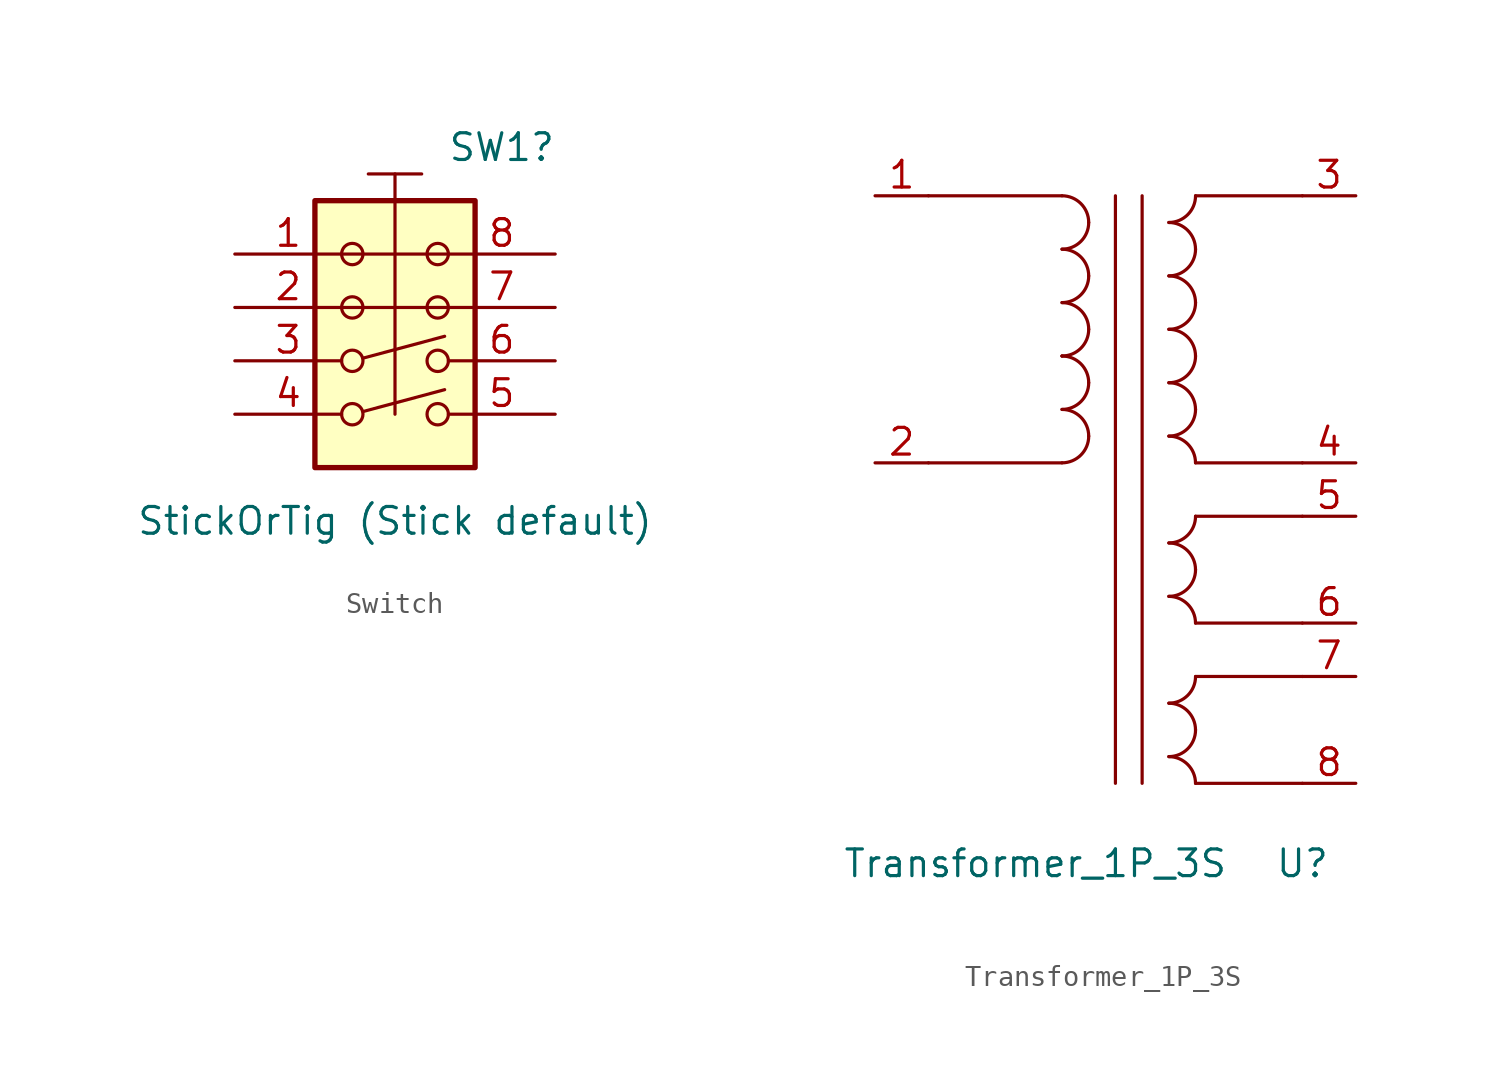
<source format=kicad_sym>
(kicad_symbol_lib
  (version 20211014)
  (generator kicad_symbol_editor)
  (symbol "Switch"
    (property "Reference" "SW1"
      (at 5.08 17.78 0)
      (effects (font (size 1.27 1.27))))
    (property "Value" "StickOrTig (Stick default)"
      (at 0 0 0)
      (effects (font (size 1.27 1.27))))
    (symbol "Switch_0_0"
      (circle (center -2.032 5.08) (radius 0.508) (stroke (width 0) (type default) (color 0 0 0 0)) (fill (type none)))
      (circle (center -2.032 7.62) (radius 0.508) (stroke (width 0) (type default) (color 0 0 0 0)) (fill (type none)))
      (circle (center -2.032 10.16) (radius 0.508) (stroke (width 0) (type default) (color 0 0 0 0)) (fill (type none)))
      (circle (center -2.032 12.7) (radius 0.508) (stroke (width 0) (type default) (color 0 0 0 0)) (fill (type none)))
      (polyline (pts (xy -2.54 10.16) (xy 2.54 10.16)) (stroke (width 0) (type default) (color 0 0 0 0)) (fill (type none)))
      (polyline (pts (xy -2.54 12.7) (xy 2.54 12.7)) (stroke (width 0) (type default) (color 0 0 0 0)) (fill (type none)))
      (polyline (pts (xy -1.524 5.207) (xy 2.362 6.248)) (stroke (width 0) (type default) (color 0 0 0 0)) (fill (type none)))
      (polyline (pts (xy -1.524 7.747) (xy 2.362 8.788)) (stroke (width 0) (type default) (color 0 0 0 0)) (fill (type none)))
      (circle (center 2.032 5.08) (radius 0.508) (stroke (width 0) (type default) (color 0 0 0 0)) (fill (type none)))
      (circle (center 2.032 7.62) (radius 0.508) (stroke (width 0) (type default) (color 0 0 0 0)) (fill (type none)))
      (circle (center 2.032 10.16) (radius 0.508) (stroke (width 0) (type default) (color 0 0 0 0)) (fill (type none)))
      (circle (center 2.032 12.7) (radius 0.508) (stroke (width 0) (type default) (color 0 0 0 0)) (fill (type none))))
    (symbol "Switch_0_1"
      (rectangle (start -3.81 15.24) (end 3.81 2.54) (stroke (width 0.254) (type default) (color 0 0 0 0)) (fill (type background)))
      (polyline (pts (xy 0 5.08) (xy 0 16.51)) (stroke (width 0) (type default) (color 0 0 0 0)) (fill (type none)))
      (polyline (pts (xy 1.27 16.51) (xy -1.27 16.51)) (stroke (width 0) (type default) (color 0 0 0 0)) (fill (type none))))
    (symbol "Switch_1_1"
      (pin passive line (at -7.62 12.7 0) (length 5.08) (name "~" (effects (font (size 1.27 1.27)))) (number "1" (effects (font (size 1.27 1.27)))))
      (pin passive line (at -7.62 10.16 0) (length 5.08) (name "~" (effects (font (size 1.27 1.27)))) (number "2" (effects (font (size 1.27 1.27)))))
      (pin passive line (at -7.62 7.62 0) (length 5.08) (name "~" (effects (font (size 1.27 1.27)))) (number "3" (effects (font (size 1.27 1.27)))))
      (pin passive line (at -7.62 5.08 0) (length 5.08) (name "~" (effects (font (size 1.27 1.27)))) (number "4" (effects (font (size 1.27 1.27)))))
      (pin passive line (at 7.62 5.08 180) (length 5.08) (name "~" (effects (font (size 1.27 1.27)))) (number "5" (effects (font (size 1.27 1.27)))))
      (pin passive line (at 7.62 7.62 180) (length 5.08) (name "~" (effects (font (size 1.27 1.27)))) (number "6" (effects (font (size 1.27 1.27)))))
      (pin passive line (at 7.62 10.16 180) (length 5.08) (name "~" (effects (font (size 1.27 1.27)))) (number "7" (effects (font (size 1.27 1.27)))))
      (pin passive line (at 7.62 12.7 180) (length 5.08) (name "~" (effects (font (size 1.27 1.27)))) (number "8" (effects (font (size 1.27 1.27)))))))
  (symbol "Transformer_1P_3S"
    (property "Reference" "U"
      (at 8.89 -24.13 0)
      (effects (font (size 1.27 1.27))))
    (property "Value" "Transformer_1P_3S"
      (at -3.81 -24.13 0)
      (effects (font (size 1.27 1.27))))
    (symbol "Transformer_1P_3S_0_1"
      (arc (start -2.54 -5.08) (mid -1.642 -4.708) (end -1.27 -3.81) (stroke (width 0) (type default) (color 0 0 0 0)) (fill (type none)))
      (arc (start -2.54 -2.54) (mid -1.642 -2.168) (end -1.27 -1.27) (stroke (width 0) (type default) (color 0 0 0 0)) (fill (type none)))
      (arc (start -2.54 0) (mid -2.54 0) (end -2.54 0) (stroke (width 0) (type default) (color 0 0 0 0)) (fill (type none)))
      (arc (start -2.54 0) (mid -1.642 0.372) (end -1.27 1.27) (stroke (width 0) (type default) (color 0 0 0 0)) (fill (type none)))
      (arc (start -2.54 2.54) (mid -1.642 2.912) (end -1.27 3.81) (stroke (width 0) (type default) (color 0 0 0 0)) (fill (type none)))
      (arc (start -2.54 5.08) (mid -1.642 5.452) (end -1.27 6.35) (stroke (width 0) (type default) (color 0 0 0 0)) (fill (type none)))
      (arc (start -1.27 -3.81) (mid -1.642 -2.912) (end -2.54 -2.54) (stroke (width 0) (type default) (color 0 0 0 0)) (fill (type none)))
      (arc (start -1.27 -1.27) (mid -1.642 -0.372) (end -2.54 0) (stroke (width 0) (type default) (color 0 0 0 0)) (fill (type none)))
      (arc (start -1.27 1.27) (mid -1.642 2.168) (end -2.54 2.54) (stroke (width 0) (type default) (color 0 0 0 0)) (fill (type none)))
      (arc (start -1.27 3.81) (mid -1.642 4.708) (end -2.54 5.08) (stroke (width 0) (type default) (color 0 0 0 0)) (fill (type none)))
      (arc (start -1.27 6.35) (mid -1.642 7.248) (end -2.54 7.62) (stroke (width 0) (type default) (color 0 0 0 0)) (fill (type none)))
      (polyline (pts (xy -8.89 -5.08) (xy -2.54 -5.08)) (stroke (width 0) (type default) (color 0 0 0 0)) (fill (type none)))
      (polyline (pts (xy -8.89 7.62) (xy -2.54 7.62)) (stroke (width 0) (type default) (color 0 0 0 0)) (fill (type none)))
      (polyline (pts (xy 0 7.62) (xy 0 -20.32)) (stroke (width 0) (type default) (color 0 0 0 0)) (fill (type none)))
      (polyline (pts (xy 1.27 7.62) (xy 1.27 -20.32)) (stroke (width 0) (type default) (color 0 0 0 0)) (fill (type none)))
      (polyline (pts (xy 3.81 -15.24) (xy 8.89 -15.24)) (stroke (width 0) (type default) (color 0 0 0 0)) (fill (type none)))
      (polyline (pts (xy 3.81 -7.62) (xy 8.89 -7.62)) (stroke (width 0) (type default) (color 0 0 0 0)) (fill (type none)))
      (polyline (pts (xy 3.81 7.62) (xy 8.89 7.62)) (stroke (width 0) (type default) (color 0 0 0 0)) (fill (type none)))
      (polyline (pts (xy 8.89 -20.32) (xy 3.81 -20.32)) (stroke (width 0) (type default) (color 0 0 0 0)) (fill (type none)))
      (polyline (pts (xy 8.89 -12.7) (xy 3.81 -12.7)) (stroke (width 0) (type default) (color 0 0 0 0)) (fill (type none)))
      (polyline (pts (xy 8.89 -5.08) (xy 3.81 -5.08)) (stroke (width 0) (type default) (color 0 0 0 0)) (fill (type none)))
      (arc (start 2.54 -19.05) (mid 4.708 -19.948) (end 3.81 -17.78) (stroke (width 0) (type default) (color 0 0 0 0)) (fill (type none)))
      (arc (start 2.54 -16.51) (mid 4.708 -17.408) (end 3.81 -15.24) (stroke (width 0) (type default) (color 0 0 0 0)) (fill (type none)))
      (arc (start 2.54 -11.43) (mid 4.708 -12.328) (end 3.81 -10.16) (stroke (width 0) (type default) (color 0 0 0 0)) (fill (type none)))
      (arc (start 2.54 -8.89) (mid 4.708 -9.788) (end 3.81 -7.62) (stroke (width 0) (type default) (color 0 0 0 0)) (fill (type none)))
      (arc (start 2.54 -3.81) (mid 4.708 -4.708) (end 3.81 -2.54) (stroke (width 0) (type default) (color 0 0 0 0)) (fill (type none)))
      (arc (start 2.54 -1.27) (mid 4.708 -2.168) (end 3.81 0) (stroke (width 0) (type default) (color 0 0 0 0)) (fill (type none)))
      (arc (start 2.54 1.27) (mid 4.708 0.372) (end 3.81 2.54) (stroke (width 0) (type default) (color 0 0 0 0)) (fill (type none)))
      (arc (start 2.54 3.81) (mid 4.708 2.912) (end 3.81 5.08) (stroke (width 0) (type default) (color 0 0 0 0)) (fill (type none)))
      (arc (start 2.54 6.35) (mid 4.708 5.452) (end 3.81 7.62) (stroke (width 0) (type default) (color 0 0 0 0)) (fill (type none)))
      (arc (start 3.81 -20.32) (mid 4.708 -18.152) (end 2.54 -19.05) (stroke (width 0) (type default) (color 0 0 0 0)) (fill (type none)))
      (arc (start 3.81 -17.78) (mid 4.708 -15.612) (end 2.54 -16.51) (stroke (width 0) (type default) (color 0 0 0 0)) (fill (type none)))
      (arc (start 3.81 -12.7) (mid 4.708 -10.532) (end 2.54 -11.43) (stroke (width 0) (type default) (color 0 0 0 0)) (fill (type none)))
      (arc (start 3.81 -10.16) (mid 4.708 -7.992) (end 2.54 -8.89) (stroke (width 0) (type default) (color 0 0 0 0)) (fill (type none)))
      (arc (start 3.81 -5.08) (mid 4.708 -2.912) (end 2.54 -3.81) (stroke (width 0) (type default) (color 0 0 0 0)) (fill (type none)))
      (arc (start 3.81 -2.54) (mid 4.708 -0.372) (end 2.54 -1.27) (stroke (width 0) (type default) (color 0 0 0 0)) (fill (type none)))
      (arc (start 3.81 0) (mid 4.708 2.168) (end 2.54 1.27) (stroke (width 0) (type default) (color 0 0 0 0)) (fill (type none)))
      (arc (start 3.81 2.54) (mid 4.708 4.708) (end 2.54 3.81) (stroke (width 0) (type default) (color 0 0 0 0)) (fill (type none)))
      (arc (start 3.81 5.08) (mid 4.708 7.248) (end 2.54 6.35) (stroke (width 0) (type default) (color 0 0 0 0)) (fill (type none))))
    (symbol "Transformer_1P_3S_1_1"
      (pin unspecified line (at -11.43 7.62 0) (length 2.54) (name "" (effects (font (size 1.27 1.27)))) (number "1" (effects (font (size 1.27 1.27)))))
      (pin unspecified line (at -11.43 -5.08 0) (length 2.54) (name "" (effects (font (size 1.27 1.27)))) (number "2" (effects (font (size 1.27 1.27)))))
      (pin unspecified line (at 11.43 7.62 180) (length 2.54) (name "" (effects (font (size 1.27 1.27)))) (number "3" (effects (font (size 1.27 1.27)))))
      (pin unspecified line (at 11.43 -5.08 180) (length 2.54) (name "" (effects (font (size 1.27 1.27)))) (number "4" (effects (font (size 1.27 1.27)))))
      (pin unspecified line (at 11.43 -7.62 180) (length 2.54) (name "" (effects (font (size 1.27 1.27)))) (number "5" (effects (font (size 1.27 1.27)))))
      (pin unspecified line (at 11.43 -12.7 180) (length 2.54) (name "" (effects (font (size 1.27 1.27)))) (number "6" (effects (font (size 1.27 1.27)))))
      (pin unspecified line (at 11.43 -15.24 180) (length 2.54) (name "" (effects (font (size 1.27 1.27)))) (number "7" (effects (font (size 1.27 1.27)))))
      (pin unspecified line (at 11.43 -20.32 180) (length 2.54) (name "" (effects (font (size 1.27 1.27)))) (number "8" (effects (font (size 1.27 1.27))))))))
</source>
